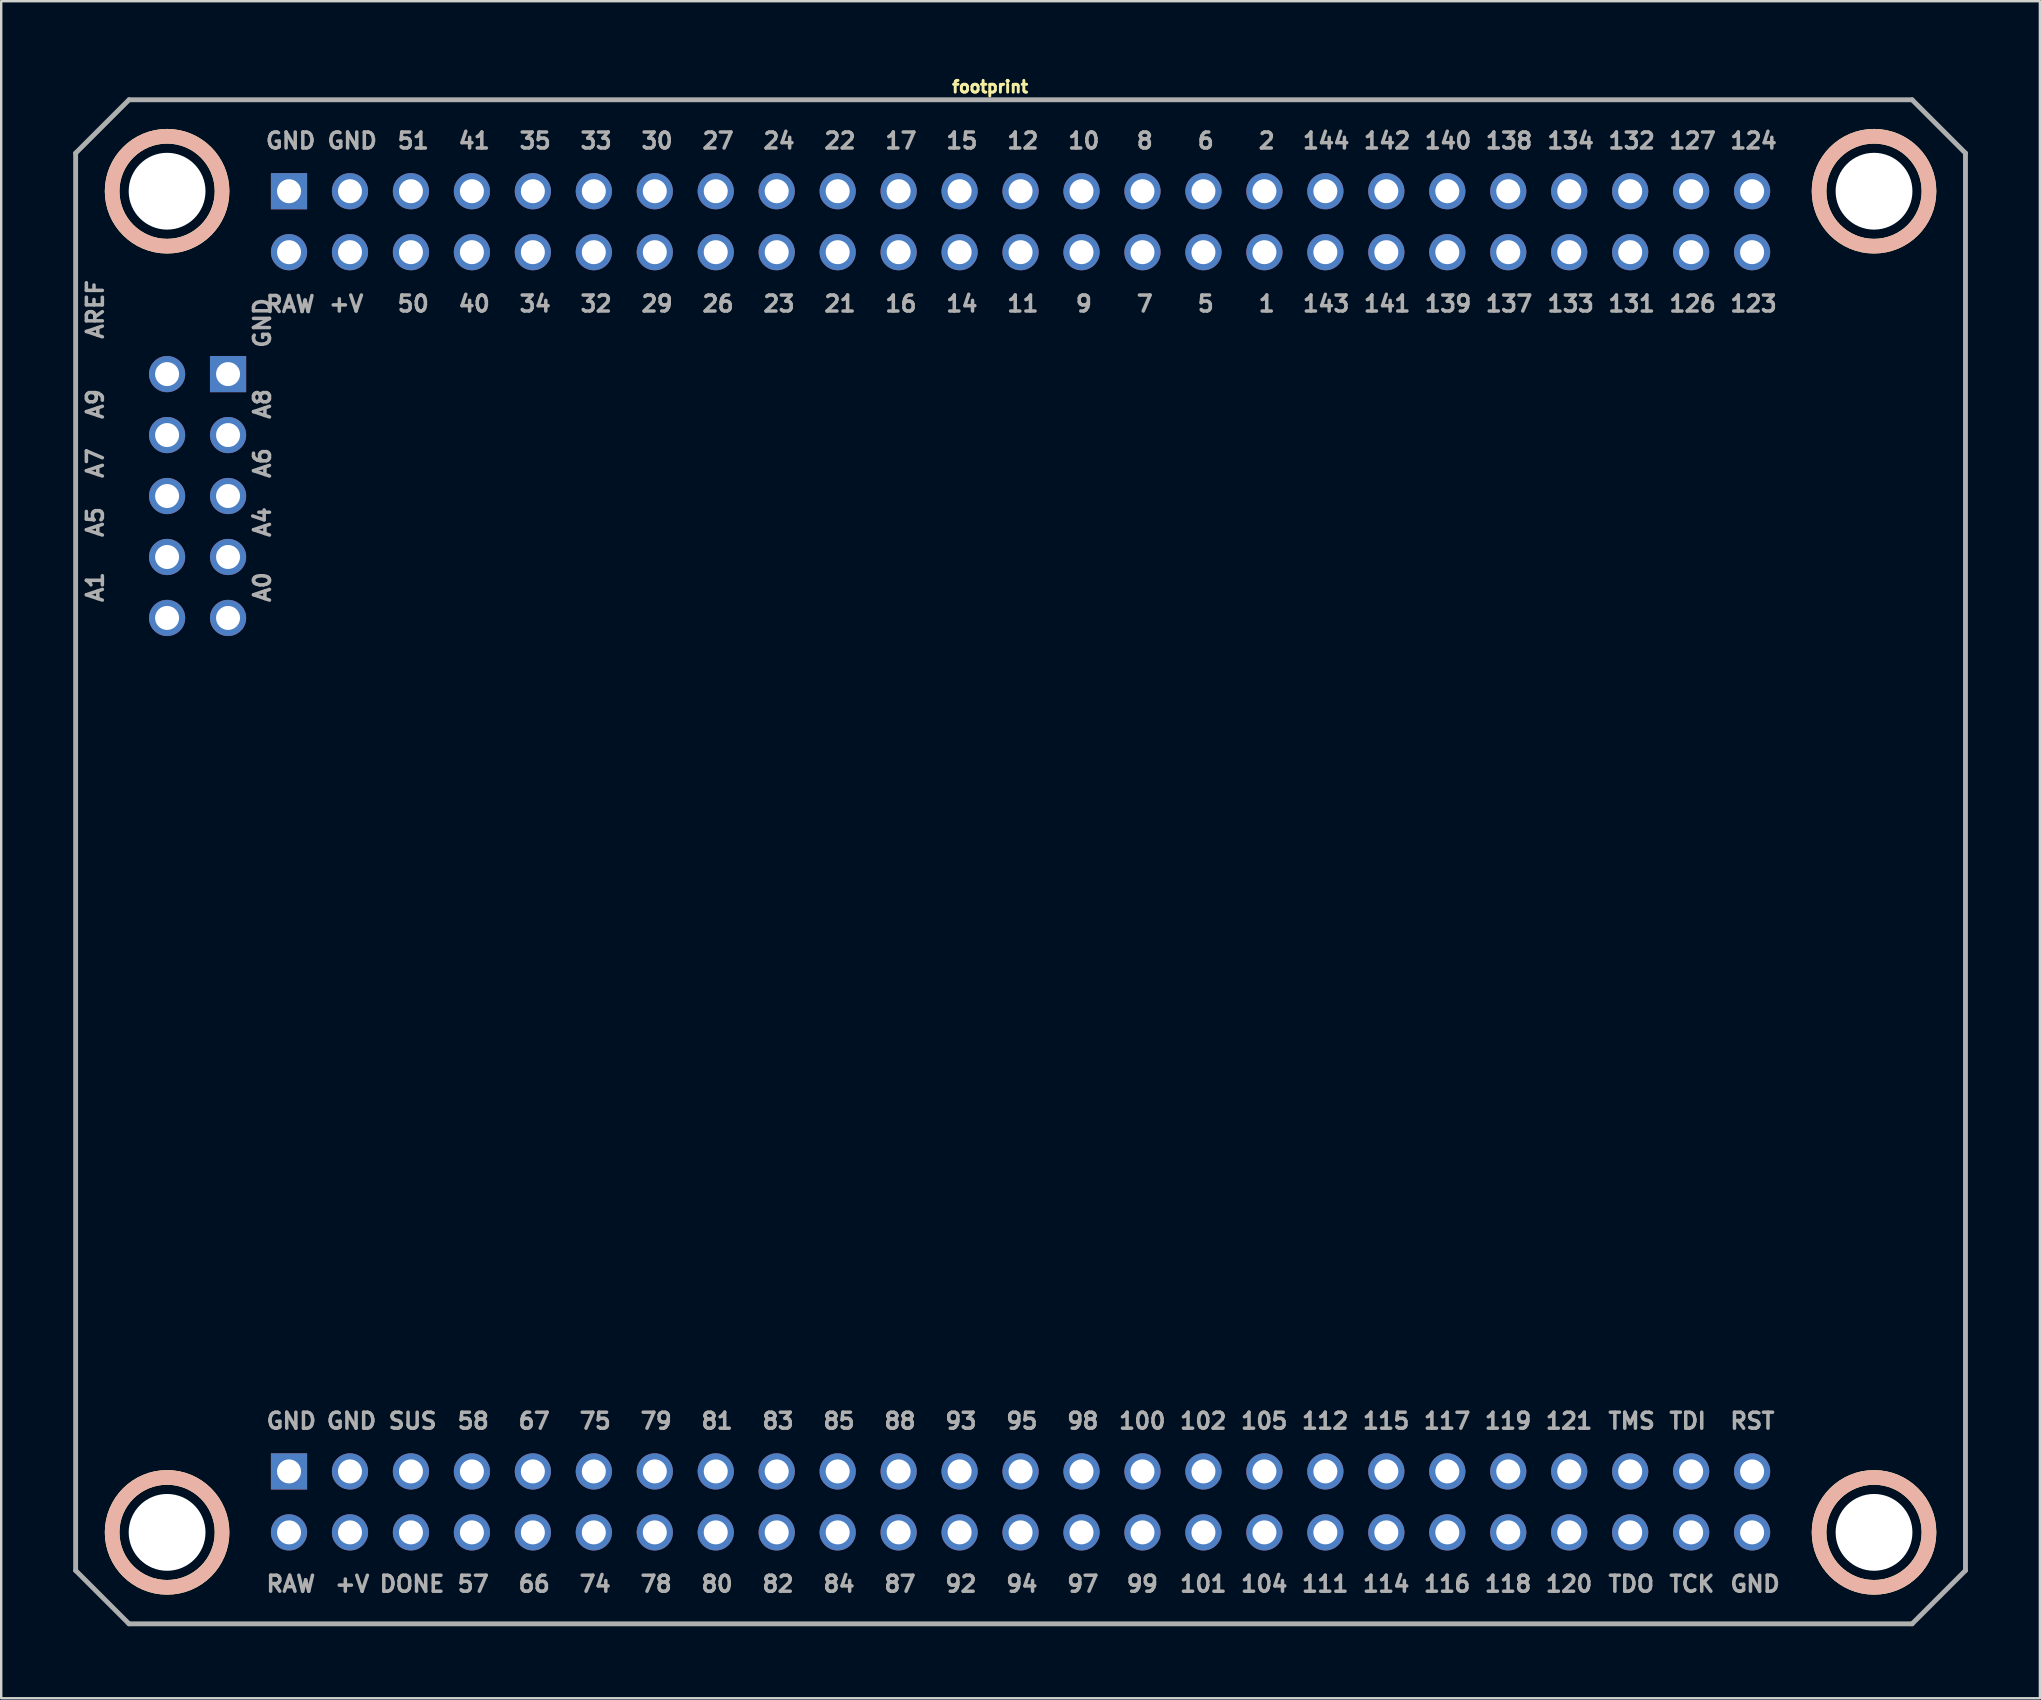
<source format=kicad_pcb>
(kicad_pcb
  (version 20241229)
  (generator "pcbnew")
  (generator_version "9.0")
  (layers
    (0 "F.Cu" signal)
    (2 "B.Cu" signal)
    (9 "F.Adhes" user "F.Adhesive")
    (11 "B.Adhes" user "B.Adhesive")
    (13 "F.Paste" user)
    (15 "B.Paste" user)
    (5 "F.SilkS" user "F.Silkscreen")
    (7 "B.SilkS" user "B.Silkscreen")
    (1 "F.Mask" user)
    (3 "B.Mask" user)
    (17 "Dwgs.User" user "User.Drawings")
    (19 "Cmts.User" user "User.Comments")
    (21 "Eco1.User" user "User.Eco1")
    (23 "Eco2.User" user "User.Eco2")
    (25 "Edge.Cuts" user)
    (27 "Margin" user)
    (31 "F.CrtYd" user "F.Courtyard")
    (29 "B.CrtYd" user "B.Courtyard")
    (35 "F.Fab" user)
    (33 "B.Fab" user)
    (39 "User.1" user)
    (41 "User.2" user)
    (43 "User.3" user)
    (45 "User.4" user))
  (footprint "footprint"
    (layer "F.Cu")
    (at 38.202 34.127)
    (property "Reference" "footprint" (at 0 -33.274 0) (layer "F.SilkS") (effects (font (size 0.488 0.488) (thickness 0.122)) (justify bottom)))
    (fp_circle (center -34.29 -29.21) (end -32 -29.21) (stroke (width 0.61) (type solid)) (fill no) (layer "F.SilkS"))
    (fp_circle (center -34.29 26.67) (end -32 26.67) (stroke (width 0.61) (type solid)) (fill no) (layer "F.SilkS"))
    (fp_circle (center 36.83 -29.21) (end 39.12 -29.21) (stroke (width 0.61) (type solid)) (fill no) (layer "F.SilkS"))
    (fp_circle (center 36.83 26.67) (end 39.12 26.67) (stroke (width 0.61) (type solid)) (fill no) (layer "F.SilkS"))
    (fp_circle (center -34.29 -29.21) (end -32 -29.21) (stroke (width 0.61) (type solid)) (fill no) (layer "B.SilkS"))
    (fp_circle (center -34.29 26.67) (end -32 26.67) (stroke (width 0.61) (type solid)) (fill no) (layer "B.SilkS"))
    (fp_circle (center 36.83 -29.21) (end 39.12 -29.21) (stroke (width 0.61) (type solid)) (fill no) (layer "B.SilkS"))
    (fp_circle (center 36.83 26.67) (end 39.12 26.67) (stroke (width 0.61) (type solid)) (fill no) (layer "B.SilkS"))
    (fp_line (start -38.1 -30.797) (end -38.1 28.258) (stroke (width 0.203) (type solid)) (layer "F.Fab"))
    (fp_line (start -38.1 28.258) (end -35.877 30.48) (stroke (width 0.203) (type solid)) (layer "F.Fab"))
    (fp_line (start -35.877 -33.02) (end -38.1 -30.797) (stroke (width 0.203) (type solid)) (layer "F.Fab"))
    (fp_line (start -35.877 30.48) (end 38.417 30.48) (stroke (width 0.203) (type solid)) (layer "F.Fab"))
    (fp_line (start 38.417 -33.02) (end -35.877 -33.02) (stroke (width 0.203) (type solid)) (layer "F.Fab"))
    (fp_line (start 38.417 30.48) (end 40.64 28.258) (stroke (width 0.203) (type solid)) (layer "F.Fab"))
    (fp_line (start 40.64 -30.797) (end 38.417 -33.02) (stroke (width 0.203) (type solid)) (layer "F.Fab"))
    (fp_line (start 40.64 28.258) (end 40.64 -30.797) (stroke (width 0.203) (type solid)) (layer "F.Fab"))
    (fp_text user "50" (at -24.765 -24.13 0) (layer "F.Fab") (effects (font (size 0.666 0.666) (thickness 0.146)) (justify left bottom)))
    (fp_text user "98" (at 3.135 22.418 0) (layer "F.Fab") (effects (font (size 0.666 0.666) (thickness 0.146)) (justify left bottom)))
    (fp_text user "8" (at 6.032 -30.922 0) (layer "F.Fab") (effects (font (size 0.666 0.666) (thickness 0.146)) (justify left bottom)))
    (fp_text user "A1" (at -36.898 -12.015 270) (layer "F.Fab") (effects (font (size 0.666 0.666) (thickness 0.146)) (justify left bottom)))
    (fp_text user "A5" (at -36.898 -14.725 270) (layer "F.Fab") (effects (font (size 0.666 0.666) (thickness 0.146)) (justify left bottom)))
    (fp_text user "75" (at -17.185 22.418 0) (layer "F.Fab") (effects (font (size 0.666 0.666) (thickness 0.146)) (justify left bottom)))
    (fp_text user "84" (at -7.025 29.21 0) (layer "F.Fab") (effects (font (size 0.666 0.666) (thickness 0.146)) (justify left bottom)))
    (fp_text user "10" (at 3.175 -30.922 0) (layer "F.Fab") (effects (font (size 0.666 0.666) (thickness 0.146)) (justify left bottom)))
    (fp_text user "11" (at 0.635 -24.13 0) (layer "F.Fab") (effects (font (size 0.666 0.666) (thickness 0.146)) (justify left bottom)))
    (fp_text user "+V" (at -27.372 29.21 0) (layer "F.Fab") (effects (font (size 0.666 0.666) (thickness 0.146)) (justify left bottom)))
    (fp_text user "GND" (at -29.935 -22.61 270) (layer "F.Fab") (effects (font (size 0.666 0.666) (thickness 0.146)) (justify left bottom)))
    (fp_text user "88" (at -4.485 22.418 0) (layer "F.Fab") (effects (font (size 0.666 0.666) (thickness 0.146)) (justify left bottom)))
    (fp_text user "A0" (at -29.935 -12.015 270) (layer "F.Fab") (effects (font (size 0.666 0.666) (thickness 0.146)) (justify left bottom)))
    (fp_text user "144" (at 12.955 -30.922 0) (layer "F.Fab") (effects (font (size 0.666 0.666) (thickness 0.146)) (justify left bottom)))
    (fp_text user "41" (at -22.225 -30.922 0) (layer "F.Fab") (effects (font (size 0.666 0.666) (thickness 0.146)) (justify left bottom)))
    (fp_text user "140" (at 18.035 -30.922 0) (layer "F.Fab") (effects (font (size 0.666 0.666) (thickness 0.146)) (justify left bottom)))
    (fp_text user "A8" (at -29.935 -19.645 270) (layer "F.Fab") (effects (font (size 0.666 0.666) (thickness 0.146)) (justify left bottom)))
    (fp_text user "24" (at -9.525 -30.922 0) (layer "F.Fab") (effects (font (size 0.666 0.666) (thickness 0.146)) (justify left bottom)))
    (fp_text user "1" (at 11.113 -24.13 0) (layer "F.Fab") (effects (font (size 0.666 0.666) (thickness 0.146)) (justify left bottom)))
    (fp_text user "57" (at -22.265 29.21 0) (layer "F.Fab") (effects (font (size 0.666 0.666) (thickness 0.146)) (justify left bottom)))
    (fp_text user "95" (at 0.595 22.418 0) (layer "F.Fab") (effects (font (size 0.666 0.666) (thickness 0.146)) (justify left bottom)))
    (fp_text user "87" (at -4.485 29.21 0) (layer "F.Fab") (effects (font (size 0.666 0.666) (thickness 0.146)) (justify left bottom)))
    (fp_text user "35" (at -19.685 -30.922 0) (layer "F.Fab") (effects (font (size 0.666 0.666) (thickness 0.146)) (justify left bottom)))
    (fp_text user "97" (at 3.135 29.21 0) (layer "F.Fab") (effects (font (size 0.666 0.666) (thickness 0.146)) (justify left bottom)))
    (fp_text user "RST" (at 30.762 22.418 0) (layer "F.Fab") (effects (font (size 0.666 0.666) (thickness 0.146)) (justify left bottom)))
    (fp_text user "138" (at 20.575 -30.922 0) (layer "F.Fab") (effects (font (size 0.666 0.666) (thickness 0.146)) (justify left bottom)))
    (fp_text user "32" (at -17.145 -24.13 0) (layer "F.Fab") (effects (font (size 0.666 0.666) (thickness 0.146)) (justify left bottom)))
    (fp_text user "40" (at -22.225 -24.13 0) (layer "F.Fab") (effects (font (size 0.666 0.666) (thickness 0.146)) (justify left bottom)))
    (fp_text user "TCK" (at 28.223 29.21 0) (layer "F.Fab") (effects (font (size 0.666 0.666) (thickness 0.146)) (justify left bottom)))
    (fp_text user "A6" (at -29.935 -17.185 270) (layer "F.Fab") (effects (font (size 0.666 0.666) (thickness 0.146)) (justify left bottom)))
    (fp_text user "TMS" (at 25.683 22.418 0) (layer "F.Fab") (effects (font (size 0.666 0.666) (thickness 0.146)) (justify left bottom)))
    (fp_text user "92" (at -1.945 29.21 0) (layer "F.Fab") (effects (font (size 0.666 0.666) (thickness 0.146)) (justify left bottom)))
    (fp_text user "A9" (at -36.898 -19.645 270) (layer "F.Fab") (effects (font (size 0.666 0.666) (thickness 0.146)) (justify left bottom)))
    (fp_text user "12" (at 0.635 -30.922 0) (layer "F.Fab") (effects (font (size 0.666 0.666) (thickness 0.146)) (justify left bottom)))
    (fp_text user "82" (at -9.565 29.21 0) (layer "F.Fab") (effects (font (size 0.666 0.666) (thickness 0.146)) (justify left bottom)))
    (fp_text user "22" (at -6.985 -30.922 0) (layer "F.Fab") (effects (font (size 0.666 0.666) (thickness 0.146)) (justify left bottom)))
    (fp_text user "58" (at -22.265 22.418 0) (layer "F.Fab") (effects (font (size 0.666 0.666) (thickness 0.146)) (justify left bottom)))
    (fp_text user "83" (at -9.565 22.418 0) (layer "F.Fab") (effects (font (size 0.666 0.666) (thickness 0.146)) (justify left bottom)))
    (fp_text user "105" (at 10.375 22.418 0) (layer "F.Fab") (effects (font (size 0.666 0.666) (thickness 0.146)) (justify left bottom)))
    (fp_text user "30" (at -14.605 -30.922 0) (layer "F.Fab") (effects (font (size 0.666 0.666) (thickness 0.146)) (justify left bottom)))
    (fp_text user "A7" (at -36.898 -17.185 270) (layer "F.Fab") (effects (font (size 0.666 0.666) (thickness 0.146)) (justify left bottom)))
    (fp_text user "78" (at -14.645 29.21 0) (layer "F.Fab") (effects (font (size 0.666 0.666) (thickness 0.146)) (justify left bottom)))
    (fp_text user "142" (at 15.495 -30.922 0) (layer "F.Fab") (effects (font (size 0.666 0.666) (thickness 0.146)) (justify left bottom)))
    (fp_text user "81" (at -12.105 22.418 0) (layer "F.Fab") (effects (font (size 0.666 0.666) (thickness 0.146)) (justify left bottom)))
    (fp_text user "GND" (at -30.226 22.418 0) (layer "F.Fab") (effects (font (size 0.666 0.666) (thickness 0.146)) (justify left bottom)))
    (fp_text user "26" (at -12.065 -24.13 0) (layer "F.Fab") (effects (font (size 0.666 0.666) (thickness 0.146)) (justify left bottom)))
    (fp_text user "15" (at -1.905 -30.922 0) (layer "F.Fab") (effects (font (size 0.666 0.666) (thickness 0.146)) (justify left bottom)))
    (fp_text user "2" (at 11.113 -30.922 0) (layer "F.Fab") (effects (font (size 0.666 0.666) (thickness 0.146)) (justify left bottom)))
    (fp_text user "5" (at 8.572 -24.13 0) (layer "F.Fab") (effects (font (size 0.666 0.666) (thickness 0.146)) (justify left bottom)))
    (fp_text user "23" (at -9.525 -24.13 0) (layer "F.Fab") (effects (font (size 0.666 0.666) (thickness 0.146)) (justify left bottom)))
    (fp_text user "33" (at -17.145 -30.922 0) (layer "F.Fab") (effects (font (size 0.666 0.666) (thickness 0.146)) (justify left bottom)))
    (fp_text user "115" (at 15.455 22.418 0) (layer "F.Fab") (effects (font (size 0.666 0.666) (thickness 0.146)) (justify left bottom)))
    (fp_text user "14" (at -1.905 -24.13 0) (layer "F.Fab") (effects (font (size 0.666 0.666) (thickness 0.146)) (justify left bottom)))
    (fp_text user "7" (at 6.032 -24.13 0) (layer "F.Fab") (effects (font (size 0.666 0.666) (thickness 0.146)) (justify left bottom)))
    (fp_text user "124" (at 30.762 -30.922 0) (layer "F.Fab") (effects (font (size 0.666 0.666) (thickness 0.146)) (justify left bottom)))
    (fp_text user "DONE" (at -25.515 29.21 0) (layer "F.Fab") (effects (font (size 0.666 0.666) (thickness 0.146)) (justify left bottom)))
    (fp_text user "+V" (at -27.622 -24.13 0) (layer "F.Fab") (effects (font (size 0.666 0.666) (thickness 0.146)) (justify left bottom)))
    (fp_text user "134" (at 23.142 -30.922 0) (layer "F.Fab") (effects (font (size 0.666 0.666) (thickness 0.146)) (justify left bottom)))
    (fp_text user "17" (at -4.445 -30.922 0) (layer "F.Fab") (effects (font (size 0.666 0.666) (thickness 0.146)) (justify left bottom)))
    (fp_text user "66" (at -19.725 29.21 0) (layer "F.Fab") (effects (font (size 0.666 0.666) (thickness 0.146)) (justify left bottom)))
    (fp_text user "99" (at 5.612 29.21 0) (layer "F.Fab") (effects (font (size 0.666 0.666) (thickness 0.146)) (justify left bottom)))
    (fp_text user "114" (at 15.455 29.21 0) (layer "F.Fab") (effects (font (size 0.666 0.666) (thickness 0.146)) (justify left bottom)))
    (fp_text user "GND" (at -30.253 -30.922 0) (layer "F.Fab") (effects (font (size 0.666 0.666) (thickness 0.146)) (justify left bottom)))
    (fp_text user "116" (at 17.995 29.21 0) (layer "F.Fab") (effects (font (size 0.666 0.666) (thickness 0.146)) (justify left bottom)))
    (fp_text user "94" (at 0.595 29.21 0) (layer "F.Fab") (effects (font (size 0.666 0.666) (thickness 0.146)) (justify left bottom)))
    (fp_text user "93" (at -1.945 22.418 0) (layer "F.Fab") (effects (font (size 0.666 0.666) (thickness 0.146)) (justify left bottom)))
    (fp_text user "104" (at 10.375 29.21 0) (layer "F.Fab") (effects (font (size 0.666 0.666) (thickness 0.146)) (justify left bottom)))
    (fp_text user "AREF" (at -36.898 -22.985 270) (layer "F.Fab") (effects (font (size 0.666 0.666) (thickness 0.146)) (justify left bottom)))
    (fp_text user "102" (at 7.835 22.418 0) (layer "F.Fab") (effects (font (size 0.666 0.666) (thickness 0.146)) (justify left bottom)))
    (fp_text user "143" (at 12.955 -24.13 0) (layer "F.Fab") (effects (font (size 0.666 0.666) (thickness 0.146)) (justify left bottom)))
    (fp_text user "GND" (at 30.762 29.21 0) (layer "F.Fab") (effects (font (size 0.666 0.666) (thickness 0.146)) (justify left bottom)))
    (fp_text user "133" (at 23.142 -24.13 0) (layer "F.Fab") (effects (font (size 0.666 0.666) (thickness 0.146)) (justify left bottom)))
    (fp_text user "51" (at -24.765 -30.922 0) (layer "F.Fab") (effects (font (size 0.666 0.666) (thickness 0.146)) (justify left bottom)))
    (fp_text user "126" (at 28.223 -24.13 0) (layer "F.Fab") (effects (font (size 0.666 0.666) (thickness 0.146)) (justify left bottom)))
    (fp_text user "GND" (at -27.718 22.418 0) (layer "F.Fab") (effects (font (size 0.666 0.666) (thickness 0.146)) (justify left bottom)))
    (fp_text user "120" (at 23.075 29.21 0) (layer "F.Fab") (effects (font (size 0.666 0.666) (thickness 0.146)) (justify left bottom)))
    (fp_text user "123" (at 30.762 -24.13 0) (layer "F.Fab") (effects (font (size 0.666 0.666) (thickness 0.146)) (justify left bottom)))
    (fp_text user "TDI" (at 28.223 22.418 0) (layer "F.Fab") (effects (font (size 0.666 0.666) (thickness 0.146)) (justify left bottom)))
    (fp_text user "119" (at 20.535 22.418 0) (layer "F.Fab") (effects (font (size 0.666 0.666) (thickness 0.146)) (justify left bottom)))
    (fp_text user "137" (at 20.575 -24.13 0) (layer "F.Fab") (effects (font (size 0.666 0.666) (thickness 0.146)) (justify left bottom)))
    (fp_text user "GND" (at -27.69 -30.922 0) (layer "F.Fab") (effects (font (size 0.666 0.666) (thickness 0.146)) (justify left bottom)))
    (fp_text user "112" (at 12.915 22.418 0) (layer "F.Fab") (effects (font (size 0.666 0.666) (thickness 0.146)) (justify left bottom)))
    (fp_text user "111" (at 12.915 29.21 0) (layer "F.Fab") (effects (font (size 0.666 0.666) (thickness 0.146)) (justify left bottom)))
    (fp_text user "SUS" (at -25.14 22.418 0) (layer "F.Fab") (effects (font (size 0.666 0.666) (thickness 0.146)) (justify left bottom)))
    (fp_text user "118" (at 20.535 29.21 0) (layer "F.Fab") (effects (font (size 0.666 0.666) (thickness 0.146)) (justify left bottom)))
    (fp_text user "139" (at 18.035 -24.13 0) (layer "F.Fab") (effects (font (size 0.666 0.666) (thickness 0.146)) (justify left bottom)))
    (fp_text user "101" (at 7.835 29.21 0) (layer "F.Fab") (effects (font (size 0.666 0.666) (thickness 0.146)) (justify left bottom)))
    (fp_text user "9" (at 3.493 -24.13 0) (layer "F.Fab") (effects (font (size 0.666 0.666) (thickness 0.146)) (justify left bottom)))
    (fp_text user "132" (at 25.683 -30.922 0) (layer "F.Fab") (effects (font (size 0.666 0.666) (thickness 0.146)) (justify left bottom)))
    (fp_text user "141" (at 15.495 -24.13 0) (layer "F.Fab") (effects (font (size 0.666 0.666) (thickness 0.146)) (justify left bottom)))
    (fp_text user "34" (at -19.685 -24.13 0) (layer "F.Fab") (effects (font (size 0.666 0.666) (thickness 0.146)) (justify left bottom)))
    (fp_text user "127" (at 28.223 -30.922 0) (layer "F.Fab") (effects (font (size 0.666 0.666) (thickness 0.146)) (justify left bottom)))
    (fp_text user "121" (at 23.075 22.418 0) (layer "F.Fab") (effects (font (size 0.666 0.666) (thickness 0.146)) (justify left bottom)))
    (fp_text user "100" (at 5.295 22.418 0) (layer "F.Fab") (effects (font (size 0.666 0.666) (thickness 0.146)) (justify left bottom)))
    (fp_text user "131" (at 25.683 -24.13 0) (layer "F.Fab") (effects (font (size 0.666 0.666) (thickness 0.146)) (justify left bottom)))
    (fp_text user "117" (at 17.995 22.418 0) (layer "F.Fab") (effects (font (size 0.666 0.666) (thickness 0.146)) (justify left bottom)))
    (fp_text user "A4" (at -29.935 -14.725 270) (layer "F.Fab") (effects (font (size 0.666 0.666) (thickness 0.146)) (justify left bottom)))
    (fp_text user "29" (at -14.605 -24.13 0) (layer "F.Fab") (effects (font (size 0.666 0.666) (thickness 0.146)) (justify left bottom)))
    (fp_text user "74" (at -17.185 29.21 0) (layer "F.Fab") (effects (font (size 0.666 0.666) (thickness 0.146)) (justify left bottom)))
    (fp_text user "79" (at -14.645 22.418 0) (layer "F.Fab") (effects (font (size 0.666 0.666) (thickness 0.146)) (justify left bottom)))
    (fp_text user "16" (at -4.445 -24.13 0) (layer "F.Fab") (effects (font (size 0.666 0.666) (thickness 0.146)) (justify left bottom)))
    (fp_text user "TDO" (at 25.683 29.21 0) (layer "F.Fab") (effects (font (size 0.666 0.666) (thickness 0.146)) (justify left bottom)))
    (fp_text user "6" (at 8.572 -30.922 0) (layer "F.Fab") (effects (font (size 0.666 0.666) (thickness 0.146)) (justify left bottom)))
    (fp_text user "67" (at -19.725 22.418 0) (layer "F.Fab") (effects (font (size 0.666 0.666) (thickness 0.146)) (justify left bottom)))
    (fp_text user "RAW" (at -30.253 -24.11 0) (layer "F.Fab") (effects (font (size 0.666 0.666) (thickness 0.146)) (justify left bottom)))
    (fp_text user "RAW" (at -30.23 29.21 0) (layer "F.Fab") (effects (font (size 0.666 0.666) (thickness 0.146)) (justify left bottom)))
    (fp_text user "85" (at -7.025 22.418 0) (layer "F.Fab") (effects (font (size 0.666 0.666) (thickness 0.146)) (justify left bottom)))
    (fp_text user "21" (at -6.985 -24.13 0) (layer "F.Fab") (effects (font (size 0.666 0.666) (thickness 0.146)) (justify left bottom)))
    (fp_text user "27" (at -12.065 -30.922 0) (layer "F.Fab") (effects (font (size 0.666 0.666) (thickness 0.146)) (justify left bottom)))
    (fp_text user "80" (at -12.105 29.21 0) (layer "F.Fab") (effects (font (size 0.666 0.666) (thickness 0.146)) (justify left bottom)))
    (pad "" np_thru_hole circle (at -34.29 -29.21) (size 3.2 3.2) (drill 3.2) (layers "*.Cu" "*.Mask"))
    (pad "" np_thru_hole circle (at -34.29 26.67) (size 3.2 3.2) (drill 3.2) (layers "*.Cu" "*.Mask"))
    (pad "" np_thru_hole circle (at 36.83 -29.21) (size 3.2 3.2) (drill 3.2) (layers "*.Cu" "*.Mask"))
    (pad "" np_thru_hole circle (at 36.83 26.67) (size 3.2 3.2) (drill 3.2) (layers "*.Cu" "*.Mask"))
    (pad "1" thru_hole circle (at 11.43 -26.67) (size 1.508 1.508) (drill 1) (layers "*.Cu" "*.Mask"))
    (pad "2" thru_hole circle (at 11.43 -29.21) (size 1.508 1.508) (drill 1) (layers "*.Cu" "*.Mask"))
    (pad "5" thru_hole circle (at 8.89 -26.67) (size 1.508 1.508) (drill 1) (layers "*.Cu" "*.Mask"))
    (pad "6" thru_hole circle (at 8.89 -29.21) (size 1.508 1.508) (drill 1) (layers "*.Cu" "*.Mask"))
    (pad "7" thru_hole circle (at 6.35 -26.67) (size 1.508 1.508) (drill 1) (layers "*.Cu" "*.Mask"))
    (pad "8" thru_hole circle (at 6.35 -29.21) (size 1.508 1.508) (drill 1) (layers "*.Cu" "*.Mask"))
    (pad "9" thru_hole circle (at 3.81 -26.67) (size 1.508 1.508) (drill 1) (layers "*.Cu" "*.Mask"))
    (pad "10" thru_hole circle (at 3.81 -29.21) (size 1.508 1.508) (drill 1) (layers "*.Cu" "*.Mask"))
    (pad "11" thru_hole circle (at 1.27 -26.67) (size 1.508 1.508) (drill 1) (layers "*.Cu" "*.Mask"))
    (pad "12" thru_hole circle (at 1.27 -29.21) (size 1.508 1.508) (drill 1) (layers "*.Cu" "*.Mask"))
    (pad "14" thru_hole circle (at -1.27 -26.67) (size 1.508 1.508) (drill 1) (layers "*.Cu" "*.Mask"))
    (pad "15" thru_hole circle (at -1.27 -29.21) (size 1.508 1.508) (drill 1) (layers "*.Cu" "*.Mask"))
    (pad "16" thru_hole circle (at -3.81 -26.67) (size 1.508 1.508) (drill 1) (layers "*.Cu" "*.Mask"))
    (pad "17" thru_hole circle (at -3.81 -29.21) (size 1.508 1.508) (drill 1) (layers "*.Cu" "*.Mask"))
    (pad "21" thru_hole circle (at -6.35 -26.67) (size 1.508 1.508) (drill 1) (layers "*.Cu" "*.Mask"))
    (pad "22" thru_hole circle (at -6.35 -29.21) (size 1.508 1.508) (drill 1) (layers "*.Cu" "*.Mask"))
    (pad "23" thru_hole circle (at -8.89 -26.67) (size 1.508 1.508) (drill 1) (layers "*.Cu" "*.Mask"))
    (pad "24" thru_hole circle (at -8.89 -29.21) (size 1.508 1.508) (drill 1) (layers "*.Cu" "*.Mask"))
    (pad "26" thru_hole circle (at -11.43 -26.67) (size 1.508 1.508) (drill 1) (layers "*.Cu" "*.Mask"))
    (pad "27" thru_hole circle (at -11.43 -29.21) (size 1.508 1.508) (drill 1) (layers "*.Cu" "*.Mask"))
    (pad "29" thru_hole circle (at -13.97 -26.67) (size 1.508 1.508) (drill 1) (layers "*.Cu" "*.Mask"))
    (pad "30" thru_hole circle (at -13.97 -29.21) (size 1.508 1.508) (drill 1) (layers "*.Cu" "*.Mask"))
    (pad "32" thru_hole circle (at -16.51 -26.67) (size 1.508 1.508) (drill 1) (layers "*.Cu" "*.Mask"))
    (pad "33" thru_hole circle (at -16.51 -29.21) (size 1.508 1.508) (drill 1) (layers "*.Cu" "*.Mask"))
    (pad "34" thru_hole circle (at -19.05 -26.67) (size 1.508 1.508) (drill 1) (layers "*.Cu" "*.Mask"))
    (pad "35" thru_hole circle (at -19.05 -29.21) (size 1.508 1.508) (drill 1) (layers "*.Cu" "*.Mask"))
    (pad "40" thru_hole circle (at -21.59 -26.67) (size 1.508 1.508) (drill 1) (layers "*.Cu" "*.Mask"))
    (pad "41" thru_hole circle (at -21.59 -29.21) (size 1.508 1.508) (drill 1) (layers "*.Cu" "*.Mask"))
    (pad "50" thru_hole circle (at -24.13 -26.67) (size 1.508 1.508) (drill 1) (layers "*.Cu" "*.Mask"))
    (pad "51" thru_hole circle (at -24.13 -29.21) (size 1.508 1.508) (drill 1) (layers "*.Cu" "*.Mask"))
    (pad "57" thru_hole circle (at -21.59 26.67) (size 1.508 1.508) (drill 1) (layers "*.Cu" "*.Mask"))
    (pad "58" thru_hole circle (at -21.59 24.13) (size 1.508 1.508) (drill 1) (layers "*.Cu" "*.Mask"))
    (pad "66" thru_hole circle (at -19.05 26.67) (size 1.508 1.508) (drill 1) (layers "*.Cu" "*.Mask"))
    (pad "67" thru_hole circle (at -19.05 24.13) (size 1.508 1.508) (drill 1) (layers "*.Cu" "*.Mask"))
    (pad "74" thru_hole circle (at -16.51 26.67) (size 1.508 1.508) (drill 1) (layers "*.Cu" "*.Mask"))
    (pad "75" thru_hole circle (at -16.51 24.13) (size 1.508 1.508) (drill 1) (layers "*.Cu" "*.Mask"))
    (pad "78" thru_hole circle (at -13.97 26.67) (size 1.508 1.508) (drill 1) (layers "*.Cu" "*.Mask"))
    (pad "79" thru_hole circle (at -13.97 24.13) (size 1.508 1.508) (drill 1) (layers "*.Cu" "*.Mask"))
    (pad "80" thru_hole circle (at -11.43 26.67) (size 1.508 1.508) (drill 1) (layers "*.Cu" "*.Mask"))
    (pad "81" thru_hole circle (at -11.43 24.13) (size 1.508 1.508) (drill 1) (layers "*.Cu" "*.Mask"))
    (pad "82" thru_hole circle (at -8.89 26.67) (size 1.508 1.508) (drill 1) (layers "*.Cu" "*.Mask"))
    (pad "83" thru_hole circle (at -8.89 24.13) (size 1.508 1.508) (drill 1) (layers "*.Cu" "*.Mask"))
    (pad "84" thru_hole circle (at -6.35 26.67) (size 1.508 1.508) (drill 1) (layers "*.Cu" "*.Mask"))
    (pad "85" thru_hole circle (at -6.35 24.13) (size 1.508 1.508) (drill 1) (layers "*.Cu" "*.Mask"))
    (pad "87" thru_hole circle (at -3.81 26.67) (size 1.508 1.508) (drill 1) (layers "*.Cu" "*.Mask"))
    (pad "88" thru_hole circle (at -3.81 24.13) (size 1.508 1.508) (drill 1) (layers "*.Cu" "*.Mask"))
    (pad "92" thru_hole circle (at -1.27 26.67) (size 1.508 1.508) (drill 1) (layers "*.Cu" "*.Mask"))
    (pad "93" thru_hole circle (at -1.27 24.13) (size 1.508 1.508) (drill 1) (layers "*.Cu" "*.Mask"))
    (pad "94" thru_hole circle (at 1.27 26.67) (size 1.508 1.508) (drill 1) (layers "*.Cu" "*.Mask"))
    (pad "95" thru_hole circle (at 1.27 24.13) (size 1.508 1.508) (drill 1) (layers "*.Cu" "*.Mask"))
    (pad "97" thru_hole circle (at 3.81 26.67) (size 1.508 1.508) (drill 1) (layers "*.Cu" "*.Mask"))
    (pad "98" thru_hole circle (at 3.81 24.13) (size 1.508 1.508) (drill 1) (layers "*.Cu" "*.Mask"))
    (pad "99" thru_hole circle (at 6.35 26.67) (size 1.508 1.508) (drill 1) (layers "*.Cu" "*.Mask"))
    (pad "100" thru_hole circle (at 6.35 24.13) (size 1.508 1.508) (drill 1) (layers "*.Cu" "*.Mask"))
    (pad "101" thru_hole circle (at 8.89 26.67) (size 1.508 1.508) (drill 1) (layers "*.Cu" "*.Mask"))
    (pad "102" thru_hole circle (at 8.89 24.13) (size 1.508 1.508) (drill 1) (layers "*.Cu" "*.Mask"))
    (pad "104" thru_hole circle (at 11.43 26.67) (size 1.508 1.508) (drill 1) (layers "*.Cu" "*.Mask"))
    (pad "105" thru_hole circle (at 11.43 24.13) (size 1.508 1.508) (drill 1) (layers "*.Cu" "*.Mask"))
    (pad "111" thru_hole circle (at 13.97 26.67) (size 1.508 1.508) (drill 1) (layers "*.Cu" "*.Mask"))
    (pad "112" thru_hole circle (at 13.97 24.13) (size 1.508 1.508) (drill 1) (layers "*.Cu" "*.Mask"))
    (pad "114" thru_hole circle (at 16.51 26.67) (size 1.508 1.508) (drill 1) (layers "*.Cu" "*.Mask"))
    (pad "115" thru_hole circle (at 16.51 24.13) (size 1.508 1.508) (drill 1) (layers "*.Cu" "*.Mask"))
    (pad "116" thru_hole circle (at 19.05 26.67) (size 1.508 1.508) (drill 1) (layers "*.Cu" "*.Mask"))
    (pad "117" thru_hole circle (at 19.05 24.13) (size 1.508 1.508) (drill 1) (layers "*.Cu" "*.Mask"))
    (pad "118" thru_hole circle (at 21.59 26.67) (size 1.508 1.508) (drill 1) (layers "*.Cu" "*.Mask"))
    (pad "119" thru_hole circle (at 21.59 24.13) (size 1.508 1.508) (drill 1) (layers "*.Cu" "*.Mask"))
    (pad "120" thru_hole circle (at 24.13 26.67) (size 1.508 1.508) (drill 1) (layers "*.Cu" "*.Mask"))
    (pad "121" thru_hole circle (at 24.13 24.13) (size 1.508 1.508) (drill 1) (layers "*.Cu" "*.Mask"))
    (pad "123" thru_hole circle (at 31.75 -26.67) (size 1.508 1.508) (drill 1) (layers "*.Cu" "*.Mask"))
    (pad "124" thru_hole circle (at 31.75 -29.21) (size 1.508 1.508) (drill 1) (layers "*.Cu" "*.Mask"))
    (pad "126" thru_hole circle (at 29.21 -26.67) (size 1.508 1.508) (drill 1) (layers "*.Cu" "*.Mask"))
    (pad "127" thru_hole circle (at 29.21 -29.21) (size 1.508 1.508) (drill 1) (layers "*.Cu" "*.Mask"))
    (pad "131" thru_hole circle (at 26.67 -26.67) (size 1.508 1.508) (drill 1) (layers "*.Cu" "*.Mask"))
    (pad "132" thru_hole circle (at 26.67 -29.21) (size 1.508 1.508) (drill 1) (layers "*.Cu" "*.Mask"))
    (pad "133" thru_hole circle (at 24.13 -26.67) (size 1.508 1.508) (drill 1) (layers "*.Cu" "*.Mask"))
    (pad "134" thru_hole circle (at 24.13 -29.21) (size 1.508 1.508) (drill 1) (layers "*.Cu" "*.Mask"))
    (pad "137" thru_hole circle (at 21.59 -26.67) (size 1.508 1.508) (drill 1) (layers "*.Cu" "*.Mask"))
    (pad "138" thru_hole circle (at 21.59 -29.21) (size 1.508 1.508) (drill 1) (layers "*.Cu" "*.Mask"))
    (pad "139" thru_hole circle (at 19.05 -26.67) (size 1.508 1.508) (drill 1) (layers "*.Cu" "*.Mask"))
    (pad "140" thru_hole circle (at 19.05 -29.21) (size 1.508 1.508) (drill 1) (layers "*.Cu" "*.Mask"))
    (pad "141" thru_hole circle (at 16.51 -26.67) (size 1.508 1.508) (drill 1) (layers "*.Cu" "*.Mask"))
    (pad "142" thru_hole circle (at 16.51 -29.21) (size 1.508 1.508) (drill 1) (layers "*.Cu" "*.Mask"))
    (pad "143" thru_hole circle (at 13.97 -26.67) (size 1.508 1.508) (drill 1) (layers "*.Cu" "*.Mask"))
    (pad "144" thru_hole circle (at 13.97 -29.21) (size 1.508 1.508) (drill 1) (layers "*.Cu" "*.Mask"))
    (pad "A0" thru_hole circle (at -31.75 -11.43) (size 1.508 1.508) (drill 1) (layers "*.Cu" "*.Mask"))
    (pad "A1" thru_hole circle (at -34.29 -11.43) (size 1.508 1.508) (drill 1) (layers "*.Cu" "*.Mask"))
    (pad "A4" thru_hole circle (at -31.75 -13.97) (size 1.508 1.508) (drill 1) (layers "*.Cu" "*.Mask"))
    (pad "A5" thru_hole circle (at -34.29 -13.97) (size 1.508 1.508) (drill 1) (layers "*.Cu" "*.Mask"))
    (pad "A6" thru_hole circle (at -31.75 -16.51) (size 1.508 1.508) (drill 1) (layers "*.Cu" "*.Mask"))
    (pad "A7" thru_hole circle (at -34.29 -16.51) (size 1.508 1.508) (drill 1) (layers "*.Cu" "*.Mask"))
    (pad "A8" thru_hole circle (at -31.75 -19.05) (size 1.508 1.508) (drill 1) (layers "*.Cu" "*.Mask"))
    (pad "A9" thru_hole circle (at -34.29 -19.05) (size 1.508 1.508) (drill 1) (layers "*.Cu" "*.Mask"))
    (pad "AREF" thru_hole circle (at -34.29 -21.59) (size 1.508 1.508) (drill 1) (layers "*.Cu" "*.Mask"))
    (pad "DONE" thru_hole circle (at -24.13 26.67) (size 1.508 1.508) (drill 1) (layers "*.Cu" "*.Mask"))
    (pad "GND@1" thru_hole rect (at -29.21 -29.21) (size 1.508 1.508) (drill 1) (layers "*.Cu" "*.Mask"))
    (pad "GND@2" thru_hole circle (at -26.67 -29.21) (size 1.508 1.508) (drill 1) (layers "*.Cu" "*.Mask"))
    (pad "GND@3" thru_hole rect (at -29.21 24.13) (size 1.508 1.508) (drill 1) (layers "*.Cu" "*.Mask"))
    (pad "GND@4" thru_hole circle (at -26.67 24.13) (size 1.508 1.508) (drill 1) (layers "*.Cu" "*.Mask"))
    (pad "GND@5" thru_hole rect (at -31.75 -21.59) (size 1.508 1.508) (drill 1) (layers "*.Cu" "*.Mask"))
    (pad "GND@6" thru_hole circle (at 31.75 26.67) (size 1.508 1.508) (drill 1) (layers "*.Cu" "*.Mask"))
    (pad "RAW@1" thru_hole circle (at -29.21 -26.67) (size 1.508 1.508) (drill 1) (layers "*.Cu" "*.Mask"))
    (pad "RAW@2" thru_hole circle (at -29.21 26.67) (size 1.508 1.508) (drill 1) (layers "*.Cu" "*.Mask"))
    (pad "RST" thru_hole circle (at 31.75 24.13) (size 1.508 1.508) (drill 1) (layers "*.Cu" "*.Mask"))
    (pad "SUS" thru_hole circle (at -24.13 24.13) (size 1.508 1.508) (drill 1) (layers "*.Cu" "*.Mask"))
    (pad "TCK" thru_hole circle (at 29.21 26.67) (size 1.508 1.508) (drill 1) (layers "*.Cu" "*.Mask"))
    (pad "TDI" thru_hole circle (at 29.21 24.13) (size 1.508 1.508) (drill 1) (layers "*.Cu" "*.Mask"))
    (pad "TDO" thru_hole circle (at 26.67 26.67) (size 1.508 1.508) (drill 1) (layers "*.Cu" "*.Mask"))
    (pad "TMS" thru_hole circle (at 26.67 24.13) (size 1.508 1.508) (drill 1) (layers "*.Cu" "*.Mask"))
    (pad "V@1" thru_hole circle (at -26.67 -26.67) (size 1.508 1.508) (drill 1) (layers "*.Cu" "*.Mask"))
    (pad "V@2" thru_hole circle (at -26.67 26.67) (size 1.508 1.508) (drill 1) (layers "*.Cu" "*.Mask")))
  (gr_rect
    (start -3 -3)
    (end 81.943 67.709)
    (stroke (width 0.1) (type default))
    (fill no)
    (layer "Edge.Cuts")))
</source>
